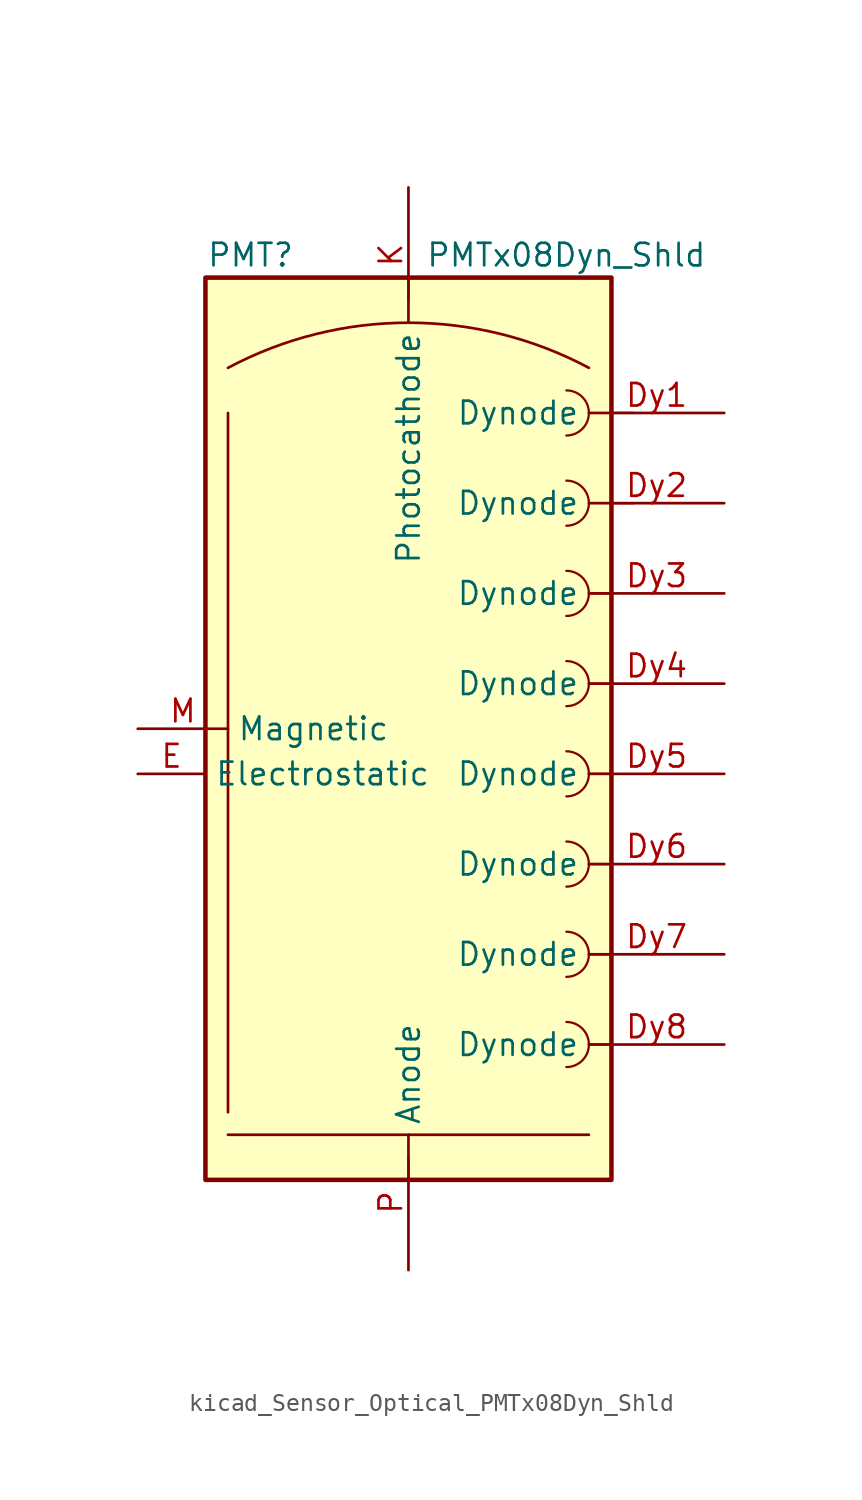
<source format=kicad_sym>
(kicad_symbol_lib
  (version 20220914)
  (generator kicad_symbol_editor)
  (symbol "kicad_Sensor_Optical_PMTx08Dyn_Shld"
    (property "Reference" "PMT"
      (at -8.89 26.67 0)
      (effects (font (size 1.27 1.27))))
    (property "Value" "PMTx08Dyn_Shld"
      (at 8.89 26.67 0)
      (effects (font (size 1.27 1.27))))
    (symbol "kicad_Sensor_Optical_PMTx08Dyn_Shld_0_1"
      (polyline (pts (xy -10.16 17.78) (xy -10.16 -21.59)) (stroke (width 0) (type default)) (fill (type none)))
      (polyline (pts (xy 0 -25.4) (xy 0 -24.13)) (stroke (width 0.127) (type default)) (fill (type none)))
      (polyline (pts (xy 0 25.4) (xy 0 24.13)) (stroke (width 0.127) (type default)) (fill (type none)))
      (polyline (pts (xy 10.16 -22.86) (xy -10.16 -22.86)) (stroke (width 0) (type default)) (fill (type none)))
      (polyline (pts (xy 11.43 -17.78) (xy 10.16 -17.78)) (stroke (width 0.127) (type default)) (fill (type none)))
      (polyline (pts (xy 11.43 -12.7) (xy 10.16 -12.7)) (stroke (width 0.127) (type default)) (fill (type none)))
      (polyline (pts (xy 11.43 -7.62) (xy 10.16 -7.62)) (stroke (width 0.127) (type default)) (fill (type none)))
      (polyline (pts (xy 11.43 -2.54) (xy 10.16 -2.54)) (stroke (width 0.127) (type default)) (fill (type none)))
      (polyline (pts (xy 11.43 2.54) (xy 10.16 2.54)) (stroke (width 0.127) (type default)) (fill (type none)))
      (polyline (pts (xy 11.43 7.62) (xy 10.16 7.62)) (stroke (width 0.127) (type default)) (fill (type none)))
      (polyline (pts (xy 12.7 12.7) (xy 11.43 12.7)) (stroke (width 0.127) (type default)) (fill (type none)))
      (polyline (pts (xy 12.7 17.78) (xy 11.43 17.78)) (stroke (width 0.127) (type default)) (fill (type none)))
      (arc (start 8.89 -19.05) (mid 10.1545 -17.78) (end 8.89 -16.51) (stroke (width 0.127) (type default)) (fill (type none)))
      (arc (start 8.89 -13.97) (mid 10.1545 -12.7) (end 8.89 -11.43) (stroke (width 0.127) (type default)) (fill (type none)))
      (arc (start 8.89 -8.89) (mid 10.1545 -7.62) (end 8.89 -6.35) (stroke (width 0.127) (type default)) (fill (type none)))
      (arc (start 8.89 -3.81) (mid 10.1545 -2.54) (end 8.89 -1.27) (stroke (width 0.127) (type default)) (fill (type none)))
      (arc (start 8.89 1.27) (mid 10.1545 2.54) (end 8.89 3.81) (stroke (width 0.127) (type default)) (fill (type none)))
      (arc (start 8.89 6.35) (mid 10.1545 7.62) (end 8.89 8.89) (stroke (width 0.127) (type default)) (fill (type none)))
      (arc (start 8.89 11.43) (mid 10.1545 12.7) (end 8.89 13.97) (stroke (width 0.127) (type default)) (fill (type none)))
      (arc (start 8.89 16.51) (mid 10.1545 17.78) (end 8.89 19.05) (stroke (width 0.127) (type default)) (fill (type none)))
      (arc (start 10.16 20.32) (mid 0 22.86) (end -10.16 20.32) (stroke (width 0) (type default)) (fill (type none)))
      (rectangle (start 11.43 -25.4) (end -11.43 25.4) (stroke (width 0.254) (type default)) (fill (type background))))
    (symbol "kicad_Sensor_Optical_PMTx08Dyn_Shld_1_1"
      (pin passive line (at 17.78 17.78 180) (length 7.62) (name "Dynode" (effects (font (size 1.27 1.27)))) (number "Dy1" (effects (font (size 1.27 1.27)))))
      (pin passive line (at 17.78 12.7 180) (length 7.62) (name "Dynode" (effects (font (size 1.27 1.27)))) (number "Dy2" (effects (font (size 1.27 1.27)))))
      (pin passive line (at 17.78 7.62 180) (length 7.62) (name "Dynode" (effects (font (size 1.27 1.27)))) (number "Dy3" (effects (font (size 1.27 1.27)))))
      (pin passive line (at 17.78 2.54 180) (length 7.62) (name "Dynode" (effects (font (size 1.27 1.27)))) (number "Dy4" (effects (font (size 1.27 1.27)))))
      (pin passive line (at 17.78 -2.54 180) (length 7.62) (name "Dynode" (effects (font (size 1.27 1.27)))) (number "Dy5" (effects (font (size 1.27 1.27)))))
      (pin passive line (at 17.78 -7.62 180) (length 7.62) (name "Dynode" (effects (font (size 1.27 1.27)))) (number "Dy6" (effects (font (size 1.27 1.27)))))
      (pin passive line (at 17.78 -12.7 180) (length 7.62) (name "Dynode" (effects (font (size 1.27 1.27)))) (number "Dy7" (effects (font (size 1.27 1.27)))))
      (pin passive line (at 17.78 -17.78 180) (length 7.62) (name "Dynode" (effects (font (size 1.27 1.27)))) (number "Dy8" (effects (font (size 1.27 1.27)))))
      (pin passive line (at -15.24 -2.54 0) (length 3.81) (name "Electrostatic" (effects (font (size 1.27 1.27)))) (number "E" (effects (font (size 1.27 1.27)))))
      (pin passive line (at 0 30.48 270) (length 7.62) (name "Photocathode" (effects (font (size 1.27 1.27)))) (number "K" (effects (font (size 1.27 1.27)))))
      (pin passive line (at -15.24 0 0) (length 5.08) (name "Magnetic" (effects (font (size 1.27 1.27)))) (number "M" (effects (font (size 1.27 1.27)))))
      (pin passive line (at 0 -30.48 90) (length 7.62) (name "Anode" (effects (font (size 1.27 1.27)))) (number "P" (effects (font (size 1.27 1.27))))))))
</source>
